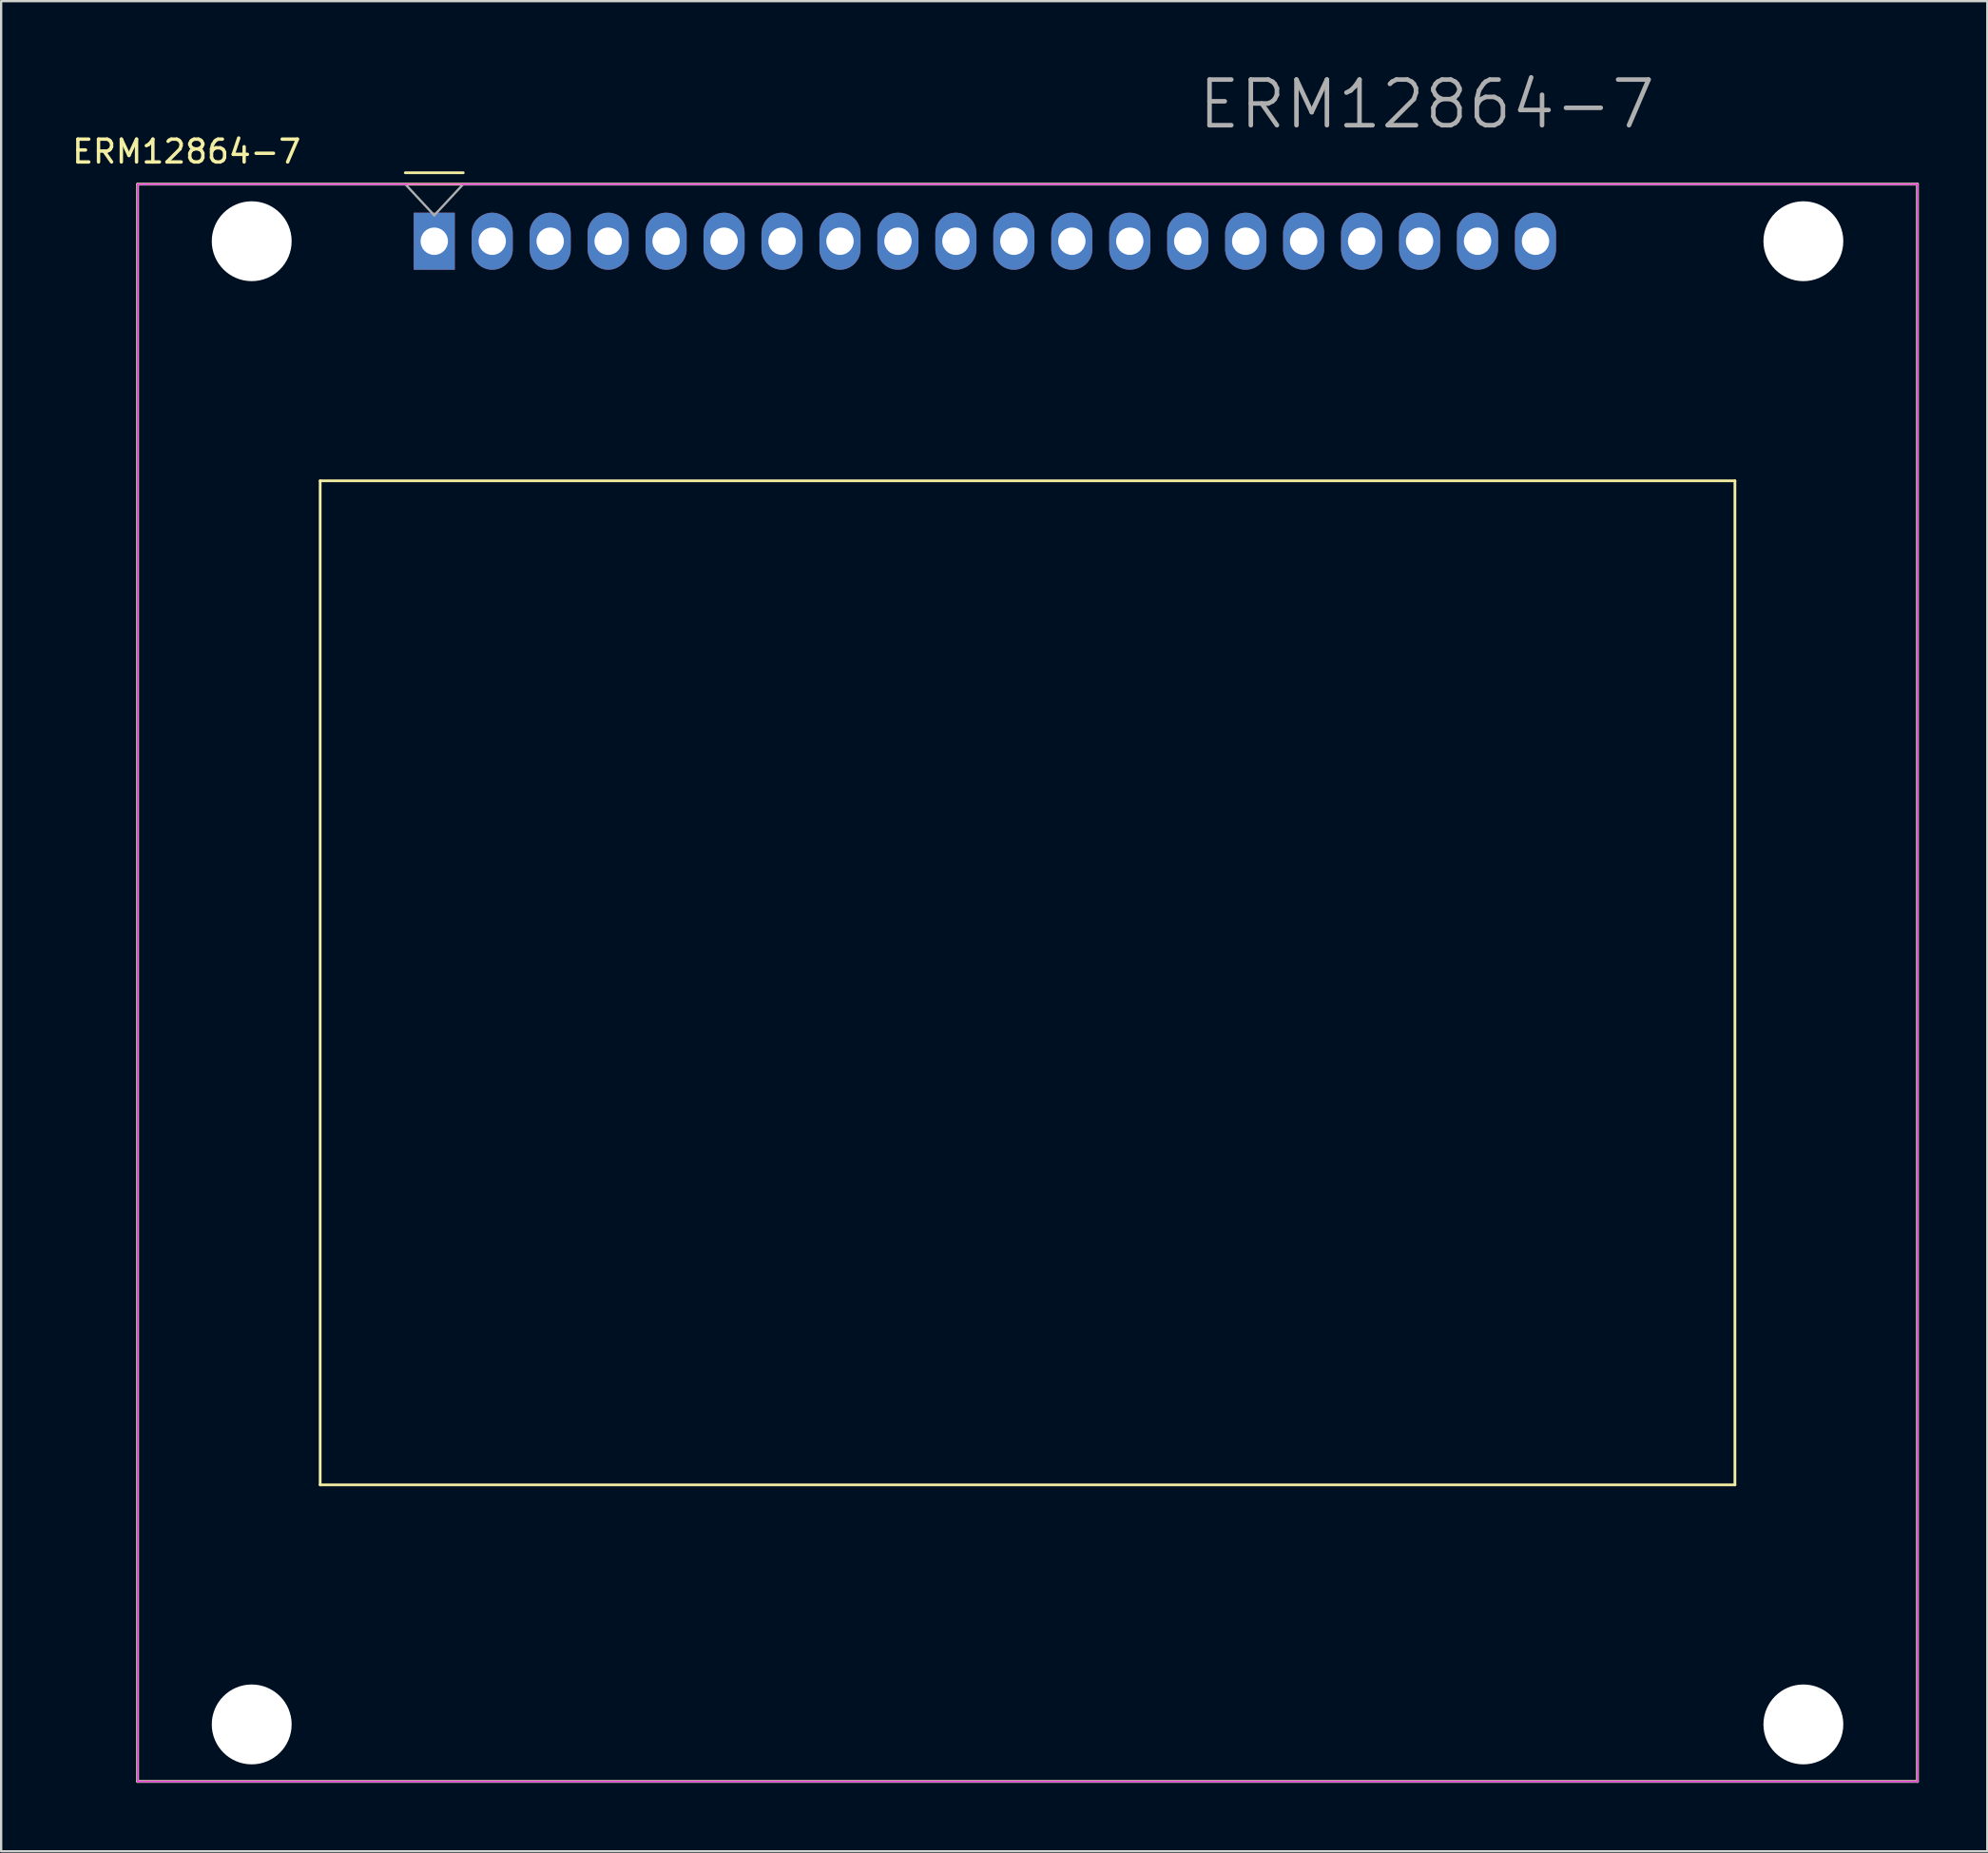
<source format=kicad_pcb>
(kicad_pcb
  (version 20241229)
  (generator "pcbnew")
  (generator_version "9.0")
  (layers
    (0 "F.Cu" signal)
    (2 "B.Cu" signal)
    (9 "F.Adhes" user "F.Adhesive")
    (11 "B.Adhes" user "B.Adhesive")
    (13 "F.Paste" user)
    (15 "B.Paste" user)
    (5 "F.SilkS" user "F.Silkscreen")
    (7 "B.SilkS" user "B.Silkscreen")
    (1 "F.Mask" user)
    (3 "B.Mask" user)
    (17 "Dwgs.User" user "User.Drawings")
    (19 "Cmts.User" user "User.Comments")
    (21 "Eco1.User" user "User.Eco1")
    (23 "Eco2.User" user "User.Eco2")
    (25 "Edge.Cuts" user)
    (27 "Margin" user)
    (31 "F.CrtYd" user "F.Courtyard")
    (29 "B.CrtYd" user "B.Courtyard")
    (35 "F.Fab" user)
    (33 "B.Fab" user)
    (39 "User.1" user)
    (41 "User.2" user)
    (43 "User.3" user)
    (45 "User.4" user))
  (footprint "ERM12864-7"
    (layer "F.Cu")
    (at 59.481 7.021)
    (property "Reference" "ERM12864-7" (at -54.356 -3.429 0) (layer "F.SilkS") (effects (font (size 1 1) (thickness 0.15))))
    (attr through_hole)
    (fp_line (start -56.5 -2) (end 21.5 -2) (stroke (width 0.12) (type solid)) (layer "F.SilkS"))
    (fp_line (start -56.5 68) (end -56.5 -2) (stroke (width 0.12) (type solid)) (layer "F.SilkS"))
    (fp_line (start -48.5 11) (end 13.5 11) (stroke (width 0.12) (type solid)) (layer "F.SilkS"))
    (fp_line (start -48.5 55) (end -48.5 11) (stroke (width 0.12) (type solid)) (layer "F.SilkS"))
    (fp_line (start -42.23 -2.5) (end -44.77 -2.5) (stroke (width 0.12) (type solid)) (layer "F.SilkS"))
    (fp_line (start 13.5 11) (end 13.5 55) (stroke (width 0.12) (type solid)) (layer "F.SilkS"))
    (fp_line (start 13.5 55) (end -48.5 55) (stroke (width 0.12) (type solid)) (layer "F.SilkS"))
    (fp_line (start 21.5 -2) (end 21.5 68) (stroke (width 0.12) (type solid)) (layer "F.SilkS"))
    (fp_line (start 21.5 68) (end -56.5 68) (stroke (width 0.12) (type solid)) (layer "F.SilkS"))
    (fp_line (start -56.5 -2) (end 21.5 -2) (stroke (width 0.05) (type solid)) (layer "F.CrtYd"))
    (fp_line (start -56.5 68) (end -56.5 -2) (stroke (width 0.05) (type solid)) (layer "F.CrtYd"))
    (fp_line (start 21.5 -2) (end 21.5 68) (stroke (width 0.05) (type solid)) (layer "F.CrtYd"))
    (fp_line (start 21.5 68) (end -56.5 68) (stroke (width 0.05) (type solid)) (layer "F.CrtYd"))
    (fp_line (start -56.5 -2) (end -44.77 -2) (stroke (width 0.1) (type solid)) (layer "F.Fab"))
    (fp_line (start -56.5 68) (end -56.5 -2) (stroke (width 0.1) (type solid)) (layer "F.Fab"))
    (fp_line (start -43.5 -0.635) (end -44.77 -2) (stroke (width 0.1) (type solid)) (layer "F.Fab"))
    (fp_line (start -42.23 -2) (end -43.5 -0.635) (stroke (width 0.1) (type solid)) (layer "F.Fab"))
    (fp_line (start -42.23 -2) (end 21.5 -2) (stroke (width 0.1) (type solid)) (layer "F.Fab"))
    (fp_line (start 21.5 -2) (end 21.5 68) (stroke (width 0.1) (type solid)) (layer "F.Fab"))
    (fp_line (start 21.5 68) (end -56.5 68) (stroke (width 0.1) (type solid)) (layer "F.Fab"))
    (fp_text user "${REFERENCE}" (at 0 -5.5 0) (layer "F.Fab") (effects (font (size 2 2) (thickness 0.2))))
    (pad "" np_thru_hole circle (at -51.5 0.5 180) (size 3.5 3.5) (drill 3.5) (layers "*.Cu" "*.Mask"))
    (pad "" np_thru_hole circle (at -51.5 65.5 180) (size 3.5 3.5) (drill 3.5) (layers "*.Cu" "*.Mask"))
    (pad "" np_thru_hole circle (at 16.5 0.5 180) (size 3.5 3.5) (drill 3.5) (layers "*.Cu" "*.Mask"))
    (pad "" np_thru_hole circle (at 16.5 65.5 180) (size 3.5 3.5) (drill 3.5) (layers "*.Cu" "*.Mask"))
    (pad "1" thru_hole rect (at -43.5 0.5 180) (size 1.8 2.5) (drill 1.2) (layers "*.Cu" "*.Mask"))
    (pad "2" thru_hole oval (at -40.96 0.5 180) (size 1.8 2.5) (drill 1.2) (layers "*.Cu" "*.Mask"))
    (pad "3" thru_hole oval (at -38.42 0.5 180) (size 1.8 2.5) (drill 1.2) (layers "*.Cu" "*.Mask"))
    (pad "4" thru_hole oval (at -35.88 0.5 180) (size 1.8 2.5) (drill 1.2) (layers "*.Cu" "*.Mask"))
    (pad "5" thru_hole oval (at -33.34 0.5 180) (size 1.8 2.5) (drill 1.2) (layers "*.Cu" "*.Mask"))
    (pad "6" thru_hole oval (at -30.8 0.5 180) (size 1.8 2.5) (drill 1.2) (layers "*.Cu" "*.Mask"))
    (pad "7" thru_hole oval (at -28.26 0.5 180) (size 1.8 2.5) (drill 1.2) (layers "*.Cu" "*.Mask"))
    (pad "8" thru_hole oval (at -25.72 0.5 180) (size 1.8 2.5) (drill 1.2) (layers "*.Cu" "*.Mask"))
    (pad "9" thru_hole oval (at -23.18 0.5 180) (size 1.8 2.5) (drill 1.2) (layers "*.Cu" "*.Mask"))
    (pad "10" thru_hole oval (at -20.64 0.5 180) (size 1.8 2.5) (drill 1.2) (layers "*.Cu" "*.Mask"))
    (pad "11" thru_hole oval (at -18.1 0.5 180) (size 1.8 2.5) (drill 1.2) (layers "*.Cu" "*.Mask"))
    (pad "12" thru_hole oval (at -15.56 0.5 180) (size 1.8 2.5) (drill 1.2) (layers "*.Cu" "*.Mask"))
    (pad "13" thru_hole oval (at -13.02 0.5 180) (size 1.8 2.5) (drill 1.2) (layers "*.Cu" "*.Mask"))
    (pad "14" thru_hole oval (at -10.48 0.5 180) (size 1.8 2.5) (drill 1.2) (layers "*.Cu" "*.Mask"))
    (pad "15" thru_hole oval (at -7.94 0.5 180) (size 1.8 2.5) (drill 1.2) (layers "*.Cu" "*.Mask"))
    (pad "16" thru_hole oval (at -5.4 0.5 180) (size 1.8 2.5) (drill 1.2) (layers "*.Cu" "*.Mask"))
    (pad "17" thru_hole oval (at -2.86 0.5 180) (size 1.8 2.5) (drill 1.2) (layers "*.Cu" "*.Mask"))
    (pad "18" thru_hole oval (at -0.32 0.5 180) (size 1.8 2.5) (drill 1.2) (layers "*.Cu" "*.Mask"))
    (pad "19" thru_hole oval (at 2.22 0.5 180) (size 1.8 2.5) (drill 1.2) (layers "*.Cu" "*.Mask"))
    (pad "20" thru_hole oval (at 4.76 0.5 180) (size 1.8 2.5) (drill 1.2) (layers "*.Cu" "*.Mask")))
  (gr_rect
    (start -3 -3)
    (end 84.041 78.081)
    (stroke (width 0.1) (type default))
    (fill no)
    (layer "Edge.Cuts")))
</source>
